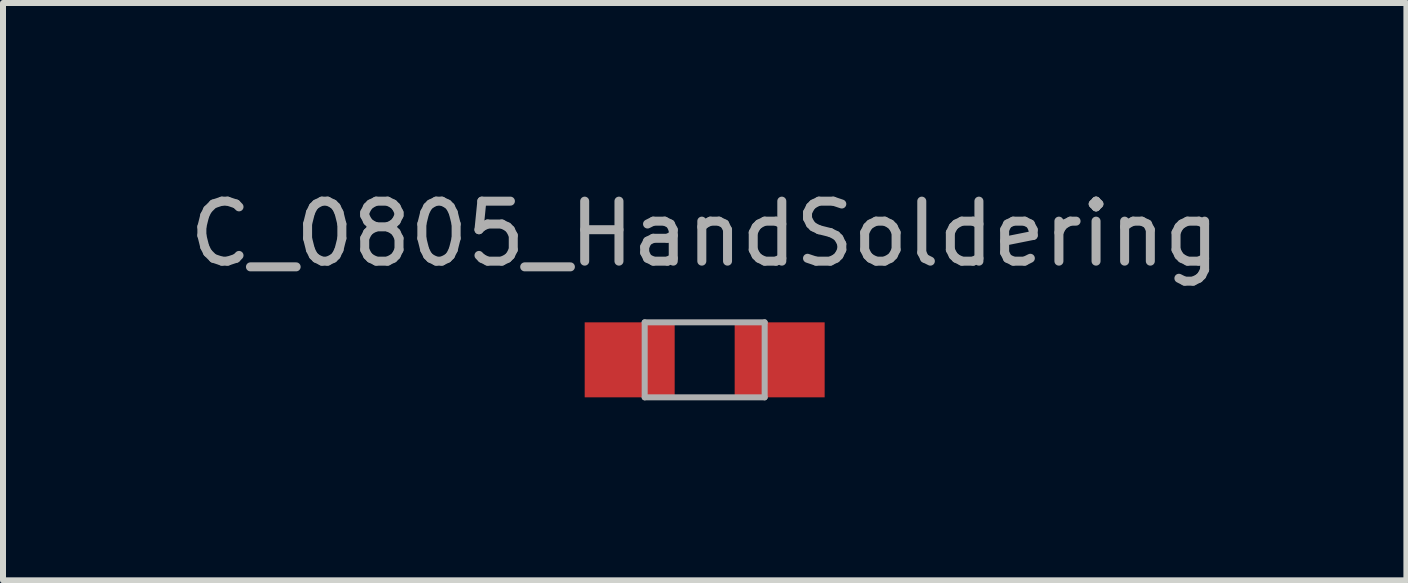
<source format=kicad_pcb>
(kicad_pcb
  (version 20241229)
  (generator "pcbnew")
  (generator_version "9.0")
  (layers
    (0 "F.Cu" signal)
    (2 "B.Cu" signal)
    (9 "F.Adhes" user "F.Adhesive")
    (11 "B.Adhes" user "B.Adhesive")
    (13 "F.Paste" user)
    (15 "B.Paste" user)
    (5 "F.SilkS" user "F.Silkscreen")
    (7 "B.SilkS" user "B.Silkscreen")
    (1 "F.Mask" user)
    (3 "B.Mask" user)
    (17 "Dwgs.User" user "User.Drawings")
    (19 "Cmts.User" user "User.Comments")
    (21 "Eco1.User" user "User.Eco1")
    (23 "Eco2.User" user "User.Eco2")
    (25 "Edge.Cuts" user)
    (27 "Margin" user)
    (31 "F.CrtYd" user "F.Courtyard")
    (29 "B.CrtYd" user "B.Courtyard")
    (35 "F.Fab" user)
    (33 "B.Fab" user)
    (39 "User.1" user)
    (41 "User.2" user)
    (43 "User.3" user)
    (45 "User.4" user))
  (footprint "C_0805_HandSoldering"
    (layer "F.Cu")
    (at 8.696 2.948)
    (property "Reference" "C_0805_HandSoldering" (at 0 -2.1 0) (layer "F.Fab") (effects (font (size 1 1) (thickness 0.15))))
    (attr smd)
    (fp_line (start -1 -0.625) (end 1 -0.625) (stroke (width 0.1) (type solid)) (layer "F.Fab"))
    (fp_line (start -1 0.625) (end -1 -0.625) (stroke (width 0.1) (type solid)) (layer "F.Fab"))
    (fp_line (start 1 -0.625) (end 1 0.625) (stroke (width 0.1) (type solid)) (layer "F.Fab"))
    (fp_line (start 1 0.625) (end -1 0.625) (stroke (width 0.1) (type solid)) (layer "F.Fab"))
    (pad "1" smd rect (at -1.25 0) (size 1.5 1.25) (layers "F.Cu" "F.Mask" "F.Paste"))
    (pad "2" smd rect (at 1.25 0) (size 1.5 1.25) (layers "F.Cu" "F.Mask" "F.Paste")))
  (gr_rect
    (start -3 -3)
    (end 20.393 6.623)
    (stroke (width 0.1) (type default))
    (fill no)
    (layer "Edge.Cuts")))
</source>
